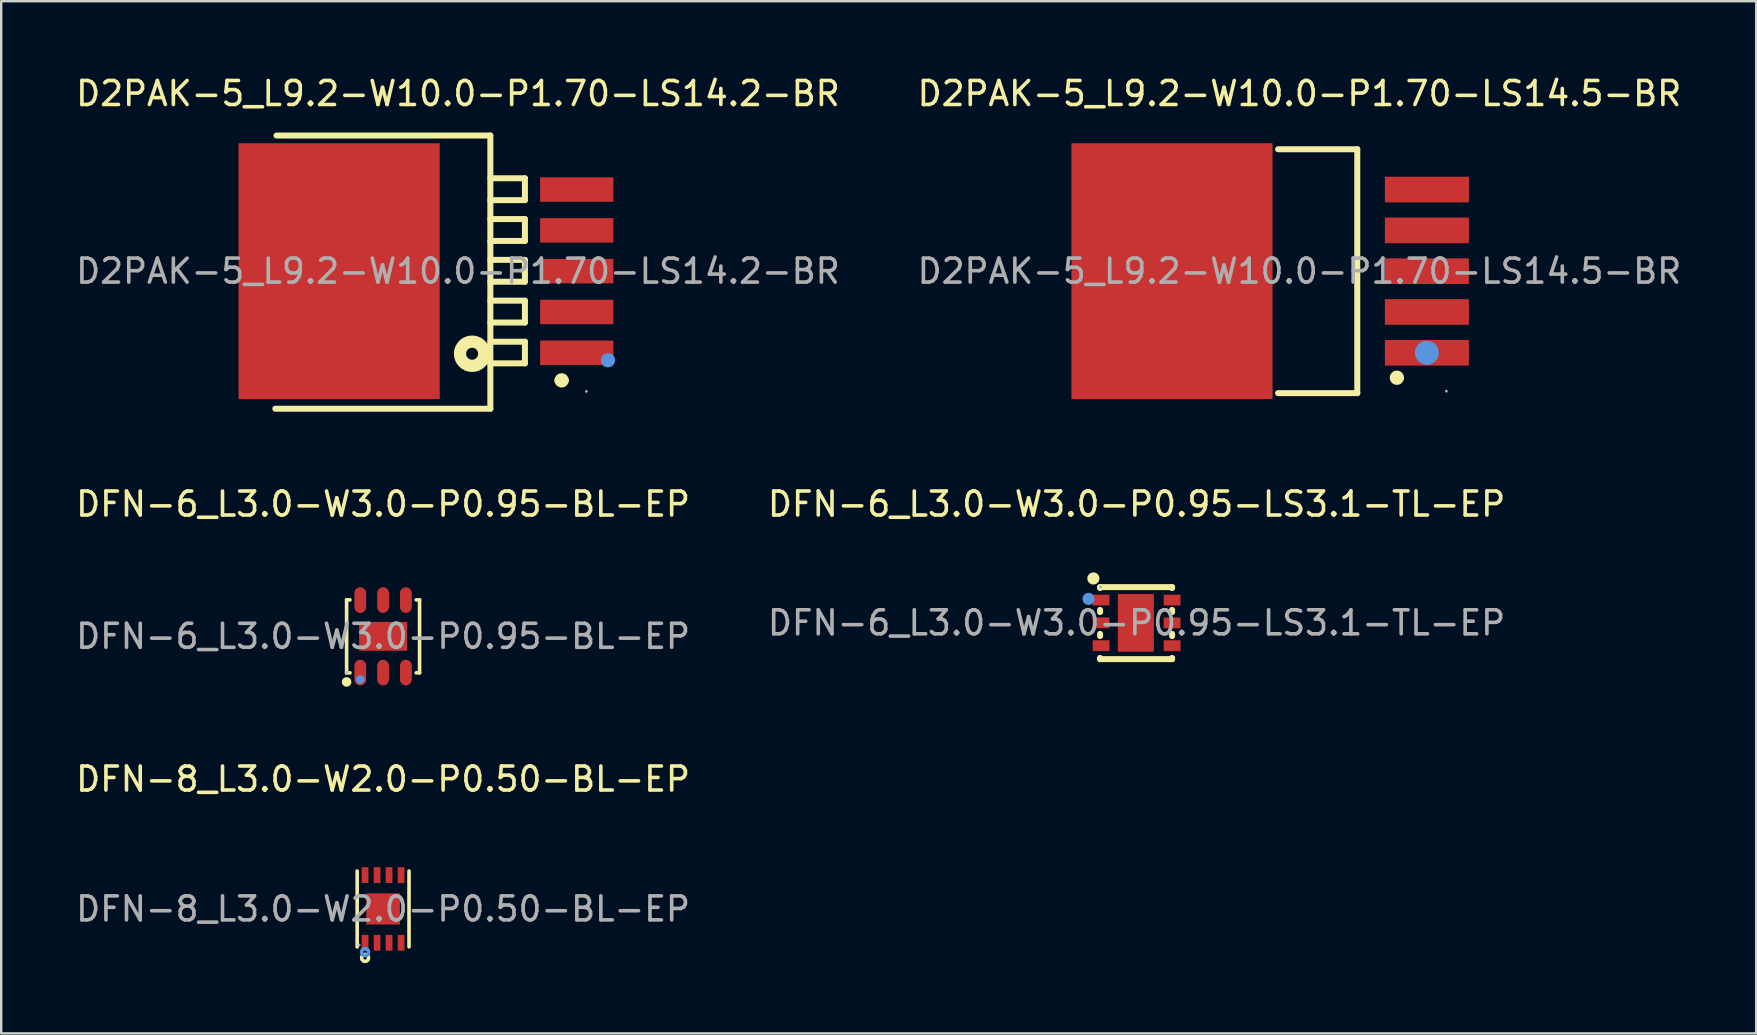
<source format=kicad_pcb>
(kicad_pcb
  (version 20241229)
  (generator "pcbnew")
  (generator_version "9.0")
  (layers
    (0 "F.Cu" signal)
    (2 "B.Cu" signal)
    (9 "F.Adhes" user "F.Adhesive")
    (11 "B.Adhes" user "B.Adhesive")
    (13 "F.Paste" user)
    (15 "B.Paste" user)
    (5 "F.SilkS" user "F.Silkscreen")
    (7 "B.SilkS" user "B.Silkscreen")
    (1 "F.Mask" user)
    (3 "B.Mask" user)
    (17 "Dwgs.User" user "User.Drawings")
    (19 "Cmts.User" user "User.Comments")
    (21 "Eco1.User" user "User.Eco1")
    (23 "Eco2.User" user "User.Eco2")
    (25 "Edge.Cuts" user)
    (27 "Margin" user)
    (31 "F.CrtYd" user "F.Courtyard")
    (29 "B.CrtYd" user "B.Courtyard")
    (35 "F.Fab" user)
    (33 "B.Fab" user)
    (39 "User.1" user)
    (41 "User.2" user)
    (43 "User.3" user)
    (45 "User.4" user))
  (footprint "DFN-6_L3.0-W3.0-P0.95-LS3.1-TL-EP"
    (layer "F.Cu")
    (at 44.304 22.901)
    (property "Reference" "DFN-6_L3.0-W3.0-P0.95-LS3.1-TL-EP" (at 0 -4.95 0) (layer "F.SilkS") (effects (font (size 1 1) (thickness 0.15))))
    (attr through_hole)
    (fp_line (start -1.52 -1.49) (end -1.52 -1.45) (stroke (width 0.25) (type solid)) (layer "F.SilkS"))
    (fp_line (start -1.52 -1.49) (end 1.48 -1.49) (stroke (width 0.25) (type solid)) (layer "F.SilkS"))
    (fp_line (start -1.52 -0.54) (end -1.52 -0.45) (stroke (width 0.25) (type solid)) (layer "F.SilkS"))
    (fp_line (start -1.52 0.46) (end -1.52 0.55) (stroke (width 0.25) (type solid)) (layer "F.SilkS"))
    (fp_line (start -1.52 1.46) (end -1.52 1.51) (stroke (width 0.25) (type solid)) (layer "F.SilkS"))
    (fp_line (start -1.52 1.51) (end 1.48 1.51) (stroke (width 0.25) (type solid)) (layer "F.SilkS"))
    (fp_line (start 1.48 -1.49) (end 1.48 -1.45) (stroke (width 0.25) (type solid)) (layer "F.SilkS"))
    (fp_line (start 1.48 -0.54) (end 1.48 -0.45) (stroke (width 0.25) (type solid)) (layer "F.SilkS"))
    (fp_line (start 1.48 0.46) (end 1.48 0.55) (stroke (width 0.25) (type solid)) (layer "F.SilkS"))
    (fp_line (start 1.48 1.46) (end 1.48 1.51) (stroke (width 0.25) (type solid)) (layer "F.SilkS"))
    (fp_circle (center -1.8 -1.85) (end -1.67 -1.85) (stroke (width 0.25) (type solid)) (fill no) (layer "F.SilkS"))
    (fp_circle (center -2 -1) (end -1.87 -1) (stroke (width 0.25) (type solid)) (fill no) (layer "Cmts.User"))
    (fp_circle (center -1.5 -1.5) (end -1.47 -1.5) (stroke (width 0.06) (type solid)) (fill no) (layer "F.Fab"))
    (fp_text user "${REFERENCE}" (at 0 0 0) (layer "F.Fab") (effects (font (size 1 1) (thickness 0.15))))
    (pad "1" smd rect (at -1.48 -0.95 270) (size 0.45 0.7) (layers "F.Cu" "F.Mask" "F.Paste"))
    (pad "2" smd rect (at -1.48 0 270) (size 0.45 0.7) (layers "F.Cu" "F.Mask" "F.Paste"))
    (pad "3" smd rect (at -1.48 0.95 270) (size 0.45 0.7) (layers "F.Cu" "F.Mask" "F.Paste"))
    (pad "4" smd rect (at 1.48 0.95 270) (size 0.45 0.7) (layers "F.Cu" "F.Mask" "F.Paste"))
    (pad "5" smd rect (at 1.48 0 270) (size 0.45 0.7) (layers "F.Cu" "F.Mask" "F.Paste"))
    (pad "6" smd rect (at 1.48 -0.95 270) (size 0.45 0.7) (layers "F.Cu" "F.Mask" "F.Paste"))
    (pad "7" smd rect (at -0.03 0 270) (size 2.4 1.5) (layers "F.Cu" "F.Mask" "F.Paste")))
  (footprint "DFN-8_L3.0-W2.0-P0.50-BL-EP"
    (layer "F.Cu")
    (at 12.911 34.82)
    (property "Reference" "DFN-8_L3.0-W2.0-P0.50-BL-EP" (at 0 -5.41 0) (layer "F.SilkS") (effects (font (size 1 1) (thickness 0.15))))
    (attr through_hole)
    (fp_line (start -1.08 1.58) (end -1.08 -1.58) (stroke (width 0.15) (type solid)) (layer "F.SilkS"))
    (fp_line (start 1.08 1.58) (end 1.08 -1.58) (stroke (width 0.15) (type solid)) (layer "F.SilkS"))
    (fp_circle (center -0.75 2.04) (end -0.68 2.04) (stroke (width 0.15) (type solid)) (fill no) (layer "F.SilkS"))
    (fp_circle (center -0.75 1.8) (end -0.68 1.8) (stroke (width 0.15) (type solid)) (fill no) (layer "Cmts.User"))
    (fp_circle (center -1 1.5) (end -0.97 1.5) (stroke (width 0.06) (type solid)) (fill no) (layer "F.Fab"))
    (fp_text user "${REFERENCE}" (at 0 0 0) (layer "F.Fab") (effects (font (size 1 1) (thickness 0.15))))
    (pad "1" smd rect (at -0.75 1.41) (size 0.28 0.66) (layers "F.Cu" "F.Mask" "F.Paste"))
    (pad "2" smd rect (at -0.25 1.41) (size 0.28 0.66) (layers "F.Cu" "F.Mask" "F.Paste"))
    (pad "3" smd rect (at 0.25 1.41) (size 0.28 0.66) (layers "F.Cu" "F.Mask" "F.Paste"))
    (pad "4" smd rect (at 0.75 1.41) (size 0.28 0.66) (layers "F.Cu" "F.Mask" "F.Paste"))
    (pad "5" smd rect (at 0.75 -1.41) (size 0.28 0.66) (layers "F.Cu" "F.Mask" "F.Paste"))
    (pad "6" smd rect (at 0.25 -1.41) (size 0.28 0.66) (layers "F.Cu" "F.Mask" "F.Paste"))
    (pad "7" smd rect (at -0.25 -1.41) (size 0.28 0.66) (layers "F.Cu" "F.Mask" "F.Paste"))
    (pad "8" smd rect (at -0.75 -1.41) (size 0.28 0.66) (layers "F.Cu" "F.Mask" "F.Paste"))
    (pad "9" smd rect (at 0 0) (size 1.4 1.3) (layers "F.Cu" "F.Mask" "F.Paste")))
  (footprint "DFN-6_L3.0-W3.0-P0.95-BL-EP"
    (layer "F.Cu")
    (at 12.911 23.462)
    (property "Reference" "DFN-6_L3.0-W3.0-P0.95-BL-EP" (at 0 -5.51 0) (layer "F.SilkS") (effects (font (size 1 1) (thickness 0.15))))
    (attr through_hole)
    (fp_line (start -1.52 -1.52) (end -1.38 -1.52) (stroke (width 0.15) (type solid)) (layer "F.SilkS"))
    (fp_line (start -1.52 1.52) (end -1.52 -1.52) (stroke (width 0.15) (type solid)) (layer "F.SilkS"))
    (fp_line (start -1.38 1.52) (end -1.52 1.52) (stroke (width 0.15) (type solid)) (layer "F.SilkS"))
    (fp_line (start 1.38 -1.52) (end 1.52 -1.52) (stroke (width 0.15) (type solid)) (layer "F.SilkS"))
    (fp_line (start 1.52 -1.52) (end 1.52 1.52) (stroke (width 0.15) (type solid)) (layer "F.SilkS"))
    (fp_line (start 1.52 1.52) (end 1.38 1.52) (stroke (width 0.15) (type solid)) (layer "F.SilkS"))
    (fp_circle (center -1.52 1.9) (end -1.42 1.9) (stroke (width 0.2) (type solid)) (fill no) (layer "F.SilkS"))
    (fp_circle (center -0.95 1.8) (end -0.86 1.8) (stroke (width 0.18) (type solid)) (fill no) (layer "Cmts.User"))
    (fp_circle (center -1.5 1.5) (end -1.47 1.5) (stroke (width 0.06) (type solid)) (fill no) (layer "F.Fab"))
    (fp_text user "${REFERENCE}" (at 0 0 0) (layer "F.Fab") (effects (font (size 1 1) (thickness 0.15))))
    (pad "1" smd oval (at -0.95 1.51) (size 0.49 1.07) (layers "F.Cu" "F.Mask" "F.Paste"))
    (pad "2" smd oval (at 0 1.51) (size 0.49 1.07) (layers "F.Cu" "F.Mask" "F.Paste"))
    (pad "3" smd oval (at 0.95 1.51) (size 0.49 1.07) (layers "F.Cu" "F.Mask" "F.Paste"))
    (pad "4" smd oval (at 0.95 -1.51) (size 0.49 1.07) (layers "F.Cu" "F.Mask" "F.Paste"))
    (pad "5" smd oval (at 0 -1.51) (size 0.49 1.07) (layers "F.Cu" "F.Mask" "F.Paste"))
    (pad "6" smd oval (at -0.95 -1.51) (size 0.49 1.07) (layers "F.Cu" "F.Mask" "F.Paste"))
    (pad "7" smd rect (at 0 0) (size 2 1.2) (layers "F.Cu" "F.Mask" "F.Paste")))
  (footprint "D2PAK-5_L9.2-W10.0-P1.70-LS14.2-BR"
    (layer "F.Cu")
    (at 16.03 8.248)
    (property "Reference" "D2PAK-5_L9.2-W10.0-P1.70-LS14.2-BR" (at 0 -7.4 0) (layer "F.SilkS") (effects (font (size 1 1) (thickness 0.15))))
    (attr through_hole)
    (fp_line (start -7.56 -5.65) (end 1.35 -5.65) (stroke (width 0.25) (type solid)) (layer "F.SilkS"))
    (fp_line (start 1.35 -5.65) (end 1.35 5.73) (stroke (width 0.25) (type solid)) (layer "F.SilkS"))
    (fp_line (start 1.35 -3.87) (end 2.79 -3.87) (stroke (width 0.25) (type solid)) (layer "F.SilkS"))
    (fp_line (start 1.35 -2.17) (end 2.79 -2.17) (stroke (width 0.25) (type solid)) (layer "F.SilkS"))
    (fp_line (start 1.35 -0.47) (end 2.79 -0.47) (stroke (width 0.25) (type solid)) (layer "F.SilkS"))
    (fp_line (start 1.35 1.23) (end 2.79 1.23) (stroke (width 0.25) (type solid)) (layer "F.SilkS"))
    (fp_line (start 1.35 2.94) (end 2.79 2.94) (stroke (width 0.25) (type solid)) (layer "F.SilkS"))
    (fp_line (start 1.35 5.73) (end -7.61 5.73) (stroke (width 0.25) (type solid)) (layer "F.SilkS"))
    (fp_line (start 2.79 -3.87) (end 2.79 -2.96) (stroke (width 0.25) (type solid)) (layer "F.SilkS"))
    (fp_line (start 2.79 -2.96) (end 1.35 -2.96) (stroke (width 0.25) (type solid)) (layer "F.SilkS"))
    (fp_line (start 2.79 -2.17) (end 2.79 -1.26) (stroke (width 0.25) (type solid)) (layer "F.SilkS"))
    (fp_line (start 2.79 -1.26) (end 1.35 -1.26) (stroke (width 0.25) (type solid)) (layer "F.SilkS"))
    (fp_line (start 2.79 -0.47) (end 2.79 0.44) (stroke (width 0.25) (type solid)) (layer "F.SilkS"))
    (fp_line (start 2.79 0.44) (end 1.35 0.44) (stroke (width 0.25) (type solid)) (layer "F.SilkS"))
    (fp_line (start 2.79 1.23) (end 2.79 2.14) (stroke (width 0.25) (type solid)) (layer "F.SilkS"))
    (fp_line (start 2.79 2.14) (end 1.35 2.14) (stroke (width 0.25) (type solid)) (layer "F.SilkS"))
    (fp_line (start 2.79 2.94) (end 2.79 3.84) (stroke (width 0.25) (type solid)) (layer "F.SilkS"))
    (fp_line (start 2.79 3.84) (end 1.35 3.84) (stroke (width 0.25) (type solid)) (layer "F.SilkS"))
    (fp_arc (start 4.17 4.55) (mid 4.32 4.4) (end 4.47 4.55) (stroke (width 0.3) (type solid)) (layer "F.SilkS"))
    (fp_arc (start 4.47 4.55) (mid 4.32 4.7) (end 4.17 4.55) (stroke (width 0.3) (type solid)) (layer "F.SilkS"))
    (fp_circle (center 0.59 3.44) (end 0.84 3.44) (stroke (width 0.51) (type solid)) (fill no) (layer "F.SilkS"))
    (fp_circle (center 6.25 3.71) (end 6.4 3.71) (stroke (width 0.3) (type solid)) (fill no) (layer "Cmts.User"))
    (fp_circle (center 5.35 5.01) (end 5.38 5.01) (stroke (width 0.06) (type solid)) (fill no) (layer "F.Fab"))
    (fp_text user "${REFERENCE}" (at 0 0 0) (layer "F.Fab") (effects (font (size 1 1) (thickness 0.15))))
    (pad "1" smd rect (at 4.95 3.4 180) (size 3.05 1.02) (layers "F.Cu" "F.Mask" "F.Paste"))
    (pad "2" smd rect (at 4.95 1.7 180) (size 3.05 1.02) (layers "F.Cu" "F.Mask" "F.Paste"))
    (pad "3" smd rect (at 4.95 0 180) (size 3.05 1.02) (layers "F.Cu" "F.Mask" "F.Paste"))
    (pad "4" smd rect (at 4.95 -1.7 180) (size 3.05 1.02) (layers "F.Cu" "F.Mask" "F.Paste"))
    (pad "5" smd rect (at 4.95 -3.4 180) (size 3.05 1.02) (layers "F.Cu" "F.Mask" "F.Paste"))
    (pad "PAD" smd rect (at -4.95 0 180) (size 8.38 10.66) (layers "F.Cu" "F.Mask" "F.Paste")))
  (footprint "D2PAK-5_L9.2-W10.0-P1.70-LS14.5-BR"
    (layer "F.Cu")
    (at 51.089 8.248)
    (property "Reference" "D2PAK-5_L9.2-W10.0-P1.70-LS14.5-BR" (at 0 -7.4 0) (layer "F.SilkS") (effects (font (size 1 1) (thickness 0.15))))
    (attr through_hole)
    (fp_line (start 2.41 -5.08) (end -0.89 -5.08) (stroke (width 0.25) (type solid)) (layer "F.SilkS"))
    (fp_line (start 2.41 -5.08) (end 2.41 5.08) (stroke (width 0.25) (type solid)) (layer "F.SilkS"))
    (fp_line (start 2.41 5.08) (end -0.89 5.08) (stroke (width 0.25) (type solid)) (layer "F.SilkS"))
    (fp_circle (center 4.06 4.44) (end 4.21 4.44) (stroke (width 0.3) (type solid)) (fill no) (layer "F.SilkS"))
    (fp_circle (center 5.31 3.4) (end 5.56 3.4) (stroke (width 0.5) (type solid)) (fill no) (layer "Cmts.User"))
    (fp_circle (center 6.12 5) (end 6.15 5) (stroke (width 0.06) (type solid)) (fill no) (layer "F.Fab"))
    (fp_text user "${REFERENCE}" (at 0 0 0) (layer "F.Fab") (effects (font (size 1 1) (thickness 0.15))))
    (pad "1" smd rect (at 5.31 3.4 180) (size 3.5 1.07) (layers "F.Cu" "F.Mask" "F.Paste"))
    (pad "2" smd rect (at 5.31 1.7 180) (size 3.5 1.07) (layers "F.Cu" "F.Mask" "F.Paste"))
    (pad "3" smd rect (at 5.31 0 180) (size 3.5 1.07) (layers "F.Cu" "F.Mask" "F.Paste"))
    (pad "4" smd rect (at 5.31 -1.7 180) (size 3.5 1.07) (layers "F.Cu" "F.Mask" "F.Paste"))
    (pad "5" smd rect (at 5.31 -3.4 180) (size 3.5 1.07) (layers "F.Cu" "F.Mask" "F.Paste"))
    (pad "6" smd rect (at -5.31 0 90) (size 10.66 8.38) (layers "F.Cu" "F.Mask" "F.Paste")))
  (gr_rect
    (start -3 -3)
    (end 70.119 40.005)
    (stroke (width 0.1) (type default))
    (fill no)
    (layer "Edge.Cuts")))
</source>
